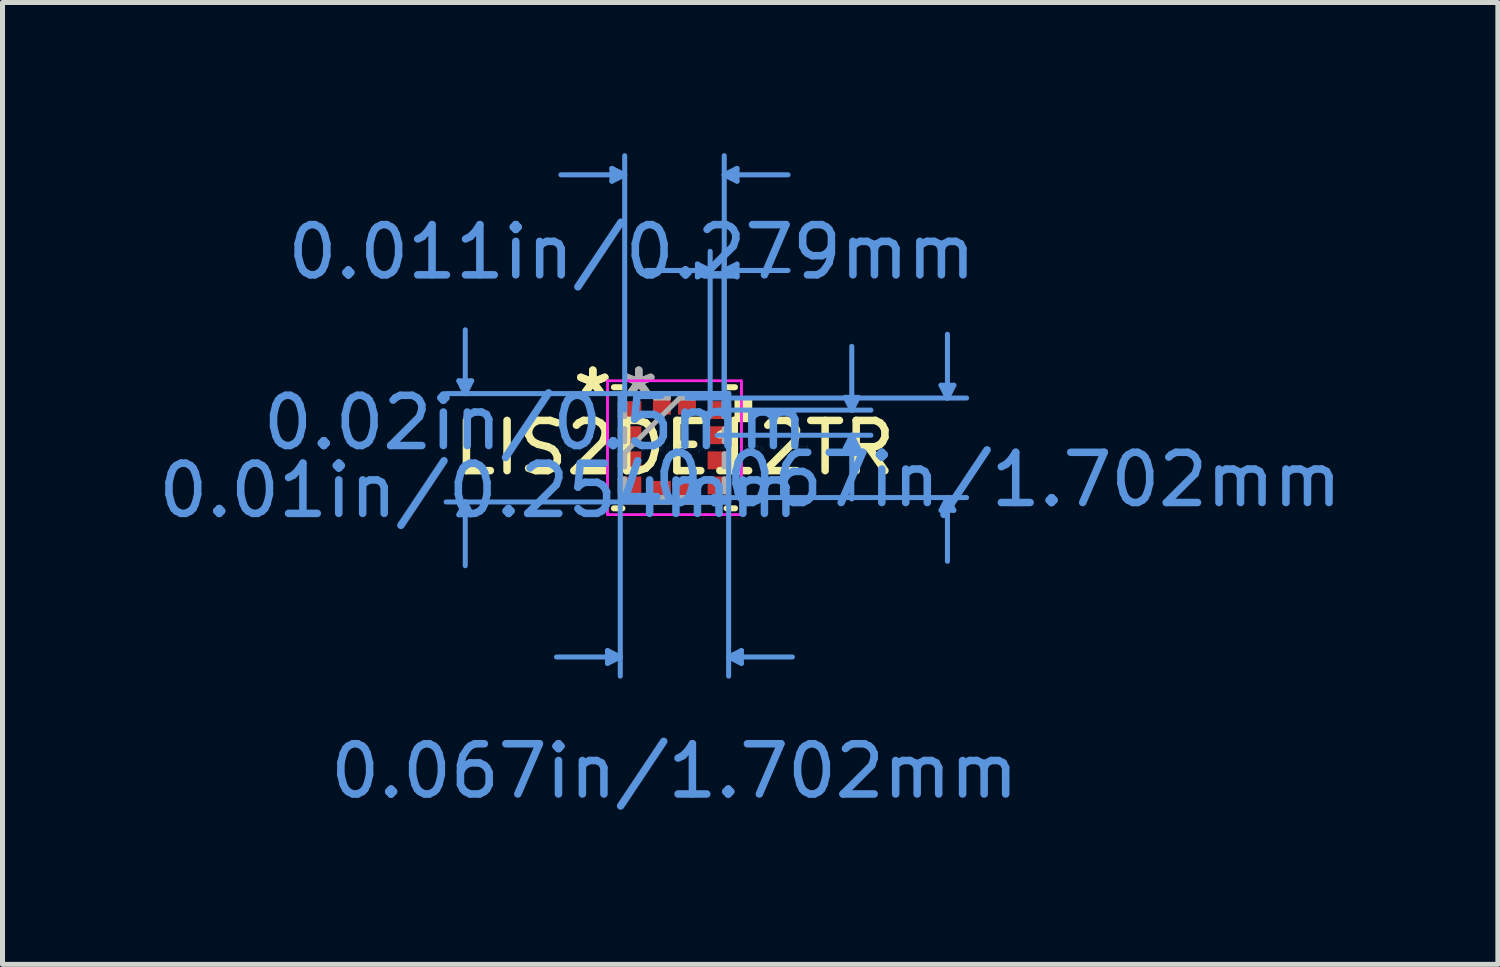
<source format=kicad_pcb>
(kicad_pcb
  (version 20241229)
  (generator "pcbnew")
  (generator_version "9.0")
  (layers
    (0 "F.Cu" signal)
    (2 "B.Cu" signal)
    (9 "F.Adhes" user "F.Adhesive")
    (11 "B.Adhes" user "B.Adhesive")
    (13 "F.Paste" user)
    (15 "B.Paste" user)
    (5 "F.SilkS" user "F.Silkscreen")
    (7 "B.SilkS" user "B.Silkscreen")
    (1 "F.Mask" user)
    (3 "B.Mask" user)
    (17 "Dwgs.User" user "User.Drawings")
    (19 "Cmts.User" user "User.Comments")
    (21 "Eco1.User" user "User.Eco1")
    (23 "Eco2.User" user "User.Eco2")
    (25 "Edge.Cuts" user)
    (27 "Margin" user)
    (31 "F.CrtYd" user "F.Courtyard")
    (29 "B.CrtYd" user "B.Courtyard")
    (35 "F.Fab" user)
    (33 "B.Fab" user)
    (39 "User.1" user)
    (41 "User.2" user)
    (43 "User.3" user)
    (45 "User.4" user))
  (footprint "LIS2DE12TR"
    (layer "F.Cu")
    (at 10.381 5.867)
    (property "Reference" "LIS2DE12TR" (at 0 0 0) (layer "F.SilkS") (effects (font (size 1 1) (thickness 0.15))))
    (attr through_hole)
    (fp_line (start -1.206 1.206) (end -1.037 1.206) (stroke (width 0.12) (type solid)) (layer "F.SilkS"))
    (fp_line (start -1.037 -1.206) (end -1.206 -1.206) (stroke (width 0.12) (type solid)) (layer "F.SilkS"))
    (fp_line (start 1.037 1.206) (end 1.206 1.206) (stroke (width 0.12) (type solid)) (layer "F.SilkS"))
    (fp_line (start 1.206 -1.206) (end 1.037 -1.206) (stroke (width 0.12) (type solid)) (layer "F.SilkS"))
    (fp_poly (pts (xy 1.499 -0.941) (xy 1.499 -0.56) (xy 1.245 -0.56) (xy 1.245 -0.941)) (stroke (width 0.1) (type solid)) (fill yes) (layer "F.SilkS"))
    (fp_line (start -4.293 -1.333) (end -4.039 -1.333) (stroke (width 0.1) (type solid)) (layer "Cmts.User"))
    (fp_line (start -4.293 1.333) (end -4.039 1.333) (stroke (width 0.1) (type solid)) (layer "Cmts.User"))
    (fp_line (start -4.166 -1.079) (end -4.293 -1.333) (stroke (width 0.1) (type solid)) (layer "Cmts.User"))
    (fp_line (start -4.166 -1.079) (end -4.166 -2.349) (stroke (width 0.1) (type solid)) (layer "Cmts.User"))
    (fp_line (start -4.166 -1.079) (end -4.039 -1.333) (stroke (width 0.1) (type solid)) (layer "Cmts.User"))
    (fp_line (start -4.166 1.079) (end -4.293 1.333) (stroke (width 0.1) (type solid)) (layer "Cmts.User"))
    (fp_line (start -4.166 1.079) (end -4.166 2.349) (stroke (width 0.1) (type solid)) (layer "Cmts.User"))
    (fp_line (start -4.166 1.079) (end -4.039 1.333) (stroke (width 0.1) (type solid)) (layer "Cmts.User"))
    (fp_line (start -1.333 4.039) (end -1.333 4.293) (stroke (width 0.1) (type solid)) (layer "Cmts.User"))
    (fp_line (start -1.245 -5.563) (end -1.245 -5.309) (stroke (width 0.1) (type solid)) (layer "Cmts.User"))
    (fp_line (start -1.079 -1.079) (end -1.079 4.547) (stroke (width 0.1) (type solid)) (layer "Cmts.User"))
    (fp_line (start -1.079 4.166) (end -2.349 4.166) (stroke (width 0.1) (type solid)) (layer "Cmts.User"))
    (fp_line (start -1.079 4.166) (end -1.333 4.039) (stroke (width 0.1) (type solid)) (layer "Cmts.User"))
    (fp_line (start -1.079 4.166) (end -1.333 4.293) (stroke (width 0.1) (type solid)) (layer "Cmts.User"))
    (fp_line (start -0.991 -5.436) (end -2.261 -5.436) (stroke (width 0.1) (type solid)) (layer "Cmts.User"))
    (fp_line (start -0.991 -5.436) (end -1.245 -5.563) (stroke (width 0.1) (type solid)) (layer "Cmts.User"))
    (fp_line (start -0.991 -5.436) (end -1.245 -5.309) (stroke (width 0.1) (type solid)) (layer "Cmts.User"))
    (fp_line (start -0.991 -0.75) (end -0.991 -5.817) (stroke (width 0.1) (type solid)) (layer "Cmts.User"))
    (fp_line (start 0.25 -0.991) (end 5.817 -0.991) (stroke (width 0.1) (type solid)) (layer "Cmts.User"))
    (fp_line (start 0.25 0.991) (end 5.817 0.991) (stroke (width 0.1) (type solid)) (layer "Cmts.User"))
    (fp_line (start 0.457 -3.658) (end 0.457 -3.404) (stroke (width 0.1) (type solid)) (layer "Cmts.User"))
    (fp_line (start 0.711 -3.531) (end -0.559 -3.531) (stroke (width 0.1) (type solid)) (layer "Cmts.User"))
    (fp_line (start 0.711 -3.531) (end 0.457 -3.658) (stroke (width 0.1) (type solid)) (layer "Cmts.User"))
    (fp_line (start 0.711 -3.531) (end 0.457 -3.404) (stroke (width 0.1) (type solid)) (layer "Cmts.User"))
    (fp_line (start 0.711 -0.75) (end 0.711 -3.912) (stroke (width 0.1) (type solid)) (layer "Cmts.User"))
    (fp_line (start 0.851 -0.75) (end 3.912 -0.75) (stroke (width 0.1) (type solid)) (layer "Cmts.User"))
    (fp_line (start 0.851 -0.25) (end 3.912 -0.25) (stroke (width 0.1) (type solid)) (layer "Cmts.User"))
    (fp_line (start 0.991 -5.436) (end 1.245 -5.563) (stroke (width 0.1) (type solid)) (layer "Cmts.User"))
    (fp_line (start 0.991 -5.436) (end 1.245 -5.309) (stroke (width 0.1) (type solid)) (layer "Cmts.User"))
    (fp_line (start 0.991 -5.436) (end 2.261 -5.436) (stroke (width 0.1) (type solid)) (layer "Cmts.User"))
    (fp_line (start 0.991 -3.531) (end 1.245 -3.658) (stroke (width 0.1) (type solid)) (layer "Cmts.User"))
    (fp_line (start 0.991 -3.531) (end 1.245 -3.404) (stroke (width 0.1) (type solid)) (layer "Cmts.User"))
    (fp_line (start 0.991 -3.531) (end 2.261 -3.531) (stroke (width 0.1) (type solid)) (layer "Cmts.User"))
    (fp_line (start 0.991 -0.75) (end 0.991 -5.817) (stroke (width 0.1) (type solid)) (layer "Cmts.User"))
    (fp_line (start 0.991 -0.75) (end 0.991 -3.912) (stroke (width 0.1) (type solid)) (layer "Cmts.User"))
    (fp_line (start 1.079 -1.079) (end -4.547 -1.079) (stroke (width 0.1) (type solid)) (layer "Cmts.User"))
    (fp_line (start 1.079 -1.079) (end 1.079 4.547) (stroke (width 0.1) (type solid)) (layer "Cmts.User"))
    (fp_line (start 1.079 1.079) (end -4.547 1.079) (stroke (width 0.1) (type solid)) (layer "Cmts.User"))
    (fp_line (start 1.079 4.166) (end 1.333 4.039) (stroke (width 0.1) (type solid)) (layer "Cmts.User"))
    (fp_line (start 1.079 4.166) (end 1.333 4.293) (stroke (width 0.1) (type solid)) (layer "Cmts.User"))
    (fp_line (start 1.079 4.166) (end 2.349 4.166) (stroke (width 0.1) (type solid)) (layer "Cmts.User"))
    (fp_line (start 1.245 -5.563) (end 1.245 -5.309) (stroke (width 0.1) (type solid)) (layer "Cmts.User"))
    (fp_line (start 1.245 -3.658) (end 1.245 -3.404) (stroke (width 0.1) (type solid)) (layer "Cmts.User"))
    (fp_line (start 1.333 4.039) (end 1.333 4.293) (stroke (width 0.1) (type solid)) (layer "Cmts.User"))
    (fp_line (start 3.404 -1.004) (end 3.658 -1.004) (stroke (width 0.1) (type solid)) (layer "Cmts.User"))
    (fp_line (start 3.404 0.004) (end 3.658 0.004) (stroke (width 0.1) (type solid)) (layer "Cmts.User"))
    (fp_line (start 3.531 -0.75) (end 3.404 -1.004) (stroke (width 0.1) (type solid)) (layer "Cmts.User"))
    (fp_line (start 3.531 -0.75) (end 3.531 -2.02) (stroke (width 0.1) (type solid)) (layer "Cmts.User"))
    (fp_line (start 3.531 -0.75) (end 3.658 -1.004) (stroke (width 0.1) (type solid)) (layer "Cmts.User"))
    (fp_line (start 3.531 -0.25) (end 3.404 0.004) (stroke (width 0.1) (type solid)) (layer "Cmts.User"))
    (fp_line (start 3.531 -0.25) (end 3.531 1.02) (stroke (width 0.1) (type solid)) (layer "Cmts.User"))
    (fp_line (start 3.531 -0.25) (end 3.658 0.004) (stroke (width 0.1) (type solid)) (layer "Cmts.User"))
    (fp_line (start 5.309 -1.245) (end 5.563 -1.245) (stroke (width 0.1) (type solid)) (layer "Cmts.User"))
    (fp_line (start 5.309 1.245) (end 5.563 1.245) (stroke (width 0.1) (type solid)) (layer "Cmts.User"))
    (fp_line (start 5.436 -0.991) (end 5.309 -1.245) (stroke (width 0.1) (type solid)) (layer "Cmts.User"))
    (fp_line (start 5.436 -0.991) (end 5.436 -2.261) (stroke (width 0.1) (type solid)) (layer "Cmts.User"))
    (fp_line (start 5.436 -0.991) (end 5.563 -1.245) (stroke (width 0.1) (type solid)) (layer "Cmts.User"))
    (fp_line (start 5.436 0.991) (end 5.309 1.245) (stroke (width 0.1) (type solid)) (layer "Cmts.User"))
    (fp_line (start 5.436 0.991) (end 5.436 2.261) (stroke (width 0.1) (type solid)) (layer "Cmts.User"))
    (fp_line (start 5.436 0.991) (end 5.563 1.245) (stroke (width 0.1) (type solid)) (layer "Cmts.User"))
    (fp_line (start -1.333 -1.333) (end -0.631 -1.333) (stroke (width 0.05) (type solid)) (layer "F.CrtYd"))
    (fp_line (start -1.333 -1.333) (end -0.631 -1.333) (stroke (width 0.05) (type solid)) (layer "F.CrtYd"))
    (fp_line (start -1.333 -1.131) (end -1.333 -1.333) (stroke (width 0.05) (type solid)) (layer "F.CrtYd"))
    (fp_line (start -1.333 -1.131) (end -1.333 -1.333) (stroke (width 0.05) (type solid)) (layer "F.CrtYd"))
    (fp_line (start -1.333 -1.131) (end -1.333 -1.131) (stroke (width 0.05) (type solid)) (layer "F.CrtYd"))
    (fp_line (start -1.333 -1.131) (end -1.333 -1.131) (stroke (width 0.05) (type solid)) (layer "F.CrtYd"))
    (fp_line (start -1.333 1.131) (end -1.333 -1.131) (stroke (width 0.05) (type solid)) (layer "F.CrtYd"))
    (fp_line (start -1.333 1.131) (end -1.333 -1.131) (stroke (width 0.05) (type solid)) (layer "F.CrtYd"))
    (fp_line (start -1.333 1.131) (end -1.333 1.131) (stroke (width 0.05) (type solid)) (layer "F.CrtYd"))
    (fp_line (start -1.333 1.131) (end -1.333 1.131) (stroke (width 0.05) (type solid)) (layer "F.CrtYd"))
    (fp_line (start -1.333 1.333) (end -1.333 1.131) (stroke (width 0.05) (type solid)) (layer "F.CrtYd"))
    (fp_line (start -1.333 1.333) (end -1.333 1.131) (stroke (width 0.05) (type solid)) (layer "F.CrtYd"))
    (fp_line (start -0.631 -1.333) (end -0.631 -1.333) (stroke (width 0.05) (type solid)) (layer "F.CrtYd"))
    (fp_line (start -0.631 -1.333) (end -0.631 -1.333) (stroke (width 0.05) (type solid)) (layer "F.CrtYd"))
    (fp_line (start -0.631 -1.333) (end 0.631 -1.333) (stroke (width 0.05) (type solid)) (layer "F.CrtYd"))
    (fp_line (start -0.631 -1.333) (end 0.631 -1.333) (stroke (width 0.05) (type solid)) (layer "F.CrtYd"))
    (fp_line (start -0.631 1.333) (end -1.333 1.333) (stroke (width 0.05) (type solid)) (layer "F.CrtYd"))
    (fp_line (start -0.631 1.333) (end -1.333 1.333) (stroke (width 0.05) (type solid)) (layer "F.CrtYd"))
    (fp_line (start -0.631 1.333) (end -0.631 1.333) (stroke (width 0.05) (type solid)) (layer "F.CrtYd"))
    (fp_line (start -0.631 1.333) (end -0.631 1.333) (stroke (width 0.05) (type solid)) (layer "F.CrtYd"))
    (fp_line (start 0.631 -1.333) (end 0.631 -1.333) (stroke (width 0.05) (type solid)) (layer "F.CrtYd"))
    (fp_line (start 0.631 -1.333) (end 0.631 -1.333) (stroke (width 0.05) (type solid)) (layer "F.CrtYd"))
    (fp_line (start 0.631 -1.333) (end 1.333 -1.333) (stroke (width 0.05) (type solid)) (layer "F.CrtYd"))
    (fp_line (start 0.631 -1.333) (end 1.333 -1.333) (stroke (width 0.05) (type solid)) (layer "F.CrtYd"))
    (fp_line (start 0.631 1.333) (end -0.631 1.333) (stroke (width 0.05) (type solid)) (layer "F.CrtYd"))
    (fp_line (start 0.631 1.333) (end -0.631 1.333) (stroke (width 0.05) (type solid)) (layer "F.CrtYd"))
    (fp_line (start 0.631 1.333) (end 0.631 1.333) (stroke (width 0.05) (type solid)) (layer "F.CrtYd"))
    (fp_line (start 0.631 1.333) (end 0.631 1.333) (stroke (width 0.05) (type solid)) (layer "F.CrtYd"))
    (fp_line (start 1.333 -1.333) (end 1.333 -1.131) (stroke (width 0.05) (type solid)) (layer "F.CrtYd"))
    (fp_line (start 1.333 -1.333) (end 1.333 -1.131) (stroke (width 0.05) (type solid)) (layer "F.CrtYd"))
    (fp_line (start 1.333 -1.131) (end 1.333 -1.131) (stroke (width 0.05) (type solid)) (layer "F.CrtYd"))
    (fp_line (start 1.333 -1.131) (end 1.333 -1.131) (stroke (width 0.05) (type solid)) (layer "F.CrtYd"))
    (fp_line (start 1.333 -1.131) (end 1.333 1.131) (stroke (width 0.05) (type solid)) (layer "F.CrtYd"))
    (fp_line (start 1.333 -1.131) (end 1.333 1.131) (stroke (width 0.05) (type solid)) (layer "F.CrtYd"))
    (fp_line (start 1.333 1.131) (end 1.333 1.131) (stroke (width 0.05) (type solid)) (layer "F.CrtYd"))
    (fp_line (start 1.333 1.131) (end 1.333 1.131) (stroke (width 0.05) (type solid)) (layer "F.CrtYd"))
    (fp_line (start 1.333 1.131) (end 1.333 1.333) (stroke (width 0.05) (type solid)) (layer "F.CrtYd"))
    (fp_line (start 1.333 1.131) (end 1.333 1.333) (stroke (width 0.05) (type solid)) (layer "F.CrtYd"))
    (fp_line (start 1.333 1.333) (end 0.631 1.333) (stroke (width 0.05) (type solid)) (layer "F.CrtYd"))
    (fp_line (start 1.333 1.333) (end 0.631 1.333) (stroke (width 0.05) (type solid)) (layer "F.CrtYd"))
    (fp_line (start -1.079 -1.079) (end -1.079 -1.079) (stroke (width 0.1) (type solid)) (layer "F.Fab"))
    (fp_line (start -1.079 -1.079) (end -1.079 1.079) (stroke (width 0.1) (type solid)) (layer "F.Fab"))
    (fp_line (start -1.079 -0.877) (end -0.991 -0.877) (stroke (width 0.1) (type solid)) (layer "F.Fab"))
    (fp_line (start -1.079 -0.623) (end -1.079 -0.877) (stroke (width 0.1) (type solid)) (layer "F.Fab"))
    (fp_line (start -1.079 -0.377) (end -0.991 -0.377) (stroke (width 0.1) (type solid)) (layer "F.Fab"))
    (fp_line (start -1.079 -0.123) (end -1.079 -0.377) (stroke (width 0.1) (type solid)) (layer "F.Fab"))
    (fp_line (start -1.079 0.123) (end -0.991 0.123) (stroke (width 0.1) (type solid)) (layer "F.Fab"))
    (fp_line (start -1.079 0.191) (end 0.191 -1.079) (stroke (width 0.1) (type solid)) (layer "F.Fab"))
    (fp_line (start -1.079 0.377) (end -1.079 0.123) (stroke (width 0.1) (type solid)) (layer "F.Fab"))
    (fp_line (start -1.079 0.623) (end -0.991 0.623) (stroke (width 0.1) (type solid)) (layer "F.Fab"))
    (fp_line (start -1.079 0.877) (end -1.079 0.623) (stroke (width 0.1) (type solid)) (layer "F.Fab"))
    (fp_line (start -1.079 1.079) (end -1.079 1.079) (stroke (width 0.1) (type solid)) (layer "F.Fab"))
    (fp_line (start -1.079 1.079) (end 1.079 1.079) (stroke (width 0.1) (type solid)) (layer "F.Fab"))
    (fp_line (start -0.991 -0.877) (end -0.991 -0.623) (stroke (width 0.1) (type solid)) (layer "F.Fab"))
    (fp_line (start -0.991 -0.623) (end -1.079 -0.623) (stroke (width 0.1) (type solid)) (layer "F.Fab"))
    (fp_line (start -0.991 -0.377) (end -0.991 -0.123) (stroke (width 0.1) (type solid)) (layer "F.Fab"))
    (fp_line (start -0.991 -0.123) (end -1.079 -0.123) (stroke (width 0.1) (type solid)) (layer "F.Fab"))
    (fp_line (start -0.991 0.123) (end -0.991 0.377) (stroke (width 0.1) (type solid)) (layer "F.Fab"))
    (fp_line (start -0.991 0.377) (end -1.079 0.377) (stroke (width 0.1) (type solid)) (layer "F.Fab"))
    (fp_line (start -0.991 0.623) (end -0.991 0.877) (stroke (width 0.1) (type solid)) (layer "F.Fab"))
    (fp_line (start -0.991 0.877) (end -1.079 0.877) (stroke (width 0.1) (type solid)) (layer "F.Fab"))
    (fp_line (start -0.377 -1.079) (end -0.123 -1.079) (stroke (width 0.1) (type solid)) (layer "F.Fab"))
    (fp_line (start -0.377 -0.991) (end -0.377 -1.079) (stroke (width 0.1) (type solid)) (layer "F.Fab"))
    (fp_line (start -0.377 0.991) (end -0.123 0.991) (stroke (width 0.1) (type solid)) (layer "F.Fab"))
    (fp_line (start -0.377 1.079) (end -0.377 0.991) (stroke (width 0.1) (type solid)) (layer "F.Fab"))
    (fp_line (start -0.123 -1.079) (end -0.123 -0.991) (stroke (width 0.1) (type solid)) (layer "F.Fab"))
    (fp_line (start -0.123 -0.991) (end -0.377 -0.991) (stroke (width 0.1) (type solid)) (layer "F.Fab"))
    (fp_line (start -0.123 0.991) (end -0.123 1.079) (stroke (width 0.1) (type solid)) (layer "F.Fab"))
    (fp_line (start -0.123 1.079) (end -0.377 1.079) (stroke (width 0.1) (type solid)) (layer "F.Fab"))
    (fp_line (start 0.123 -1.079) (end 0.377 -1.079) (stroke (width 0.1) (type solid)) (layer "F.Fab"))
    (fp_line (start 0.123 -0.991) (end 0.123 -1.079) (stroke (width 0.1) (type solid)) (layer "F.Fab"))
    (fp_line (start 0.123 0.991) (end 0.377 0.991) (stroke (width 0.1) (type solid)) (layer "F.Fab"))
    (fp_line (start 0.123 1.079) (end 0.123 0.991) (stroke (width 0.1) (type solid)) (layer "F.Fab"))
    (fp_line (start 0.377 -1.079) (end 0.377 -0.991) (stroke (width 0.1) (type solid)) (layer "F.Fab"))
    (fp_line (start 0.377 -0.991) (end 0.123 -0.991) (stroke (width 0.1) (type solid)) (layer "F.Fab"))
    (fp_line (start 0.377 0.991) (end 0.377 1.079) (stroke (width 0.1) (type solid)) (layer "F.Fab"))
    (fp_line (start 0.377 1.079) (end 0.123 1.079) (stroke (width 0.1) (type solid)) (layer "F.Fab"))
    (fp_line (start 0.991 -0.877) (end 1.079 -0.877) (stroke (width 0.1) (type solid)) (layer "F.Fab"))
    (fp_line (start 0.991 -0.623) (end 0.991 -0.877) (stroke (width 0.1) (type solid)) (layer "F.Fab"))
    (fp_line (start 0.991 -0.377) (end 1.079 -0.377) (stroke (width 0.1) (type solid)) (layer "F.Fab"))
    (fp_line (start 0.991 -0.123) (end 0.991 -0.377) (stroke (width 0.1) (type solid)) (layer "F.Fab"))
    (fp_line (start 0.991 0.123) (end 1.079 0.123) (stroke (width 0.1) (type solid)) (layer "F.Fab"))
    (fp_line (start 0.991 0.377) (end 0.991 0.123) (stroke (width 0.1) (type solid)) (layer "F.Fab"))
    (fp_line (start 0.991 0.623) (end 1.079 0.623) (stroke (width 0.1) (type solid)) (layer "F.Fab"))
    (fp_line (start 0.991 0.877) (end 0.991 0.623) (stroke (width 0.1) (type solid)) (layer "F.Fab"))
    (fp_line (start 1.079 -1.079) (end -1.079 -1.079) (stroke (width 0.1) (type solid)) (layer "F.Fab"))
    (fp_line (start 1.079 -1.079) (end 1.079 -1.079) (stroke (width 0.1) (type solid)) (layer "F.Fab"))
    (fp_line (start 1.079 -0.877) (end 1.079 -0.623) (stroke (width 0.1) (type solid)) (layer "F.Fab"))
    (fp_line (start 1.079 -0.623) (end 0.991 -0.623) (stroke (width 0.1) (type solid)) (layer "F.Fab"))
    (fp_line (start 1.079 -0.377) (end 1.079 -0.123) (stroke (width 0.1) (type solid)) (layer "F.Fab"))
    (fp_line (start 1.079 -0.123) (end 0.991 -0.123) (stroke (width 0.1) (type solid)) (layer "F.Fab"))
    (fp_line (start 1.079 0.123) (end 1.079 0.377) (stroke (width 0.1) (type solid)) (layer "F.Fab"))
    (fp_line (start 1.079 0.377) (end 0.991 0.377) (stroke (width 0.1) (type solid)) (layer "F.Fab"))
    (fp_line (start 1.079 0.623) (end 1.079 0.877) (stroke (width 0.1) (type solid)) (layer "F.Fab"))
    (fp_line (start 1.079 0.877) (end 0.991 0.877) (stroke (width 0.1) (type solid)) (layer "F.Fab"))
    (fp_line (start 1.079 1.079) (end 1.079 -1.079) (stroke (width 0.1) (type solid)) (layer "F.Fab"))
    (fp_line (start 1.079 1.079) (end 1.079 1.079) (stroke (width 0.1) (type solid)) (layer "F.Fab"))
    (fp_text user "*" (at -1.626 -1 0) (layer "F.SilkS") (effects (font (size 1 1) (thickness 0.15))))
    (fp_text user "*" (at -1.626 -1 0) (layer "F.SilkS") (effects (font (size 1 1) (thickness 0.15))))
    (fp_text user "0.011in/0.279mm" (at -0.851 -3.899 0) (layer "Cmts.User") (effects (font (size 1 1) (thickness 0.15))))
    (fp_text user "0.02in/0.5mm" (at -2.769 -0.5 0) (layer "Cmts.User") (effects (font (size 1 1) (thickness 0.15))))
    (fp_text user "0.067in/1.702mm" (at 0 6.439 0) (layer "Cmts.User") (effects (font (size 1 1) (thickness 0.15))))
    (fp_text user "Copyright 2021 Accelerated Designs. All rights reserved." (at 0 0 0) (layer "Cmts.User") (effects (font (size 0.127 0.127) (thickness 0.002))))
    (fp_text user "0.067in/1.702mm" (at 6.439 0.635 0) (layer "Cmts.User") (effects (font (size 1 1) (thickness 0.15))))
    (fp_text user "0.01in/0.254mm" (at -3.899 0.851 0) (layer "Cmts.User") (effects (font (size 1 1) (thickness 0.15))))
    (fp_text user "*" (at -0.711 -1 0) (layer "F.Fab") (effects (font (size 1 1) (thickness 0.15))))
    (fp_text user "*" (at -0.711 -1 0) (layer "F.Fab") (effects (font (size 1 1) (thickness 0.15))))
    (pad "1" smd rect (at -0.851 -0.75 90) (size 0.356 0.381) (layers "F.Cu" "F.Mask" "F.Paste"))
    (pad "2" smd rect (at -0.851 -0.25 90) (size 0.356 0.381) (layers "F.Cu" "F.Mask" "F.Paste"))
    (pad "3" smd rect (at -0.851 0.25 90) (size 0.356 0.381) (layers "F.Cu" "F.Mask" "F.Paste"))
    (pad "4" smd rect (at -0.851 0.75 90) (size 0.356 0.381) (layers "F.Cu" "F.Mask" "F.Paste"))
    (pad "5" smd rect (at -0.25 0.851) (size 0.356 0.381) (layers "F.Cu" "F.Mask" "F.Paste"))
    (pad "6" smd rect (at 0.25 0.851) (size 0.356 0.381) (layers "F.Cu" "F.Mask" "F.Paste"))
    (pad "7" smd rect (at 0.851 0.75 90) (size 0.356 0.381) (layers "F.Cu" "F.Mask" "F.Paste"))
    (pad "8" smd rect (at 0.851 0.25 90) (size 0.356 0.381) (layers "F.Cu" "F.Mask" "F.Paste"))
    (pad "9" smd rect (at 0.851 -0.25 90) (size 0.356 0.381) (layers "F.Cu" "F.Mask" "F.Paste"))
    (pad "10" smd rect (at 0.851 -0.75 90) (size 0.356 0.381) (layers "F.Cu" "F.Mask" "F.Paste"))
    (pad "11" smd rect (at 0.25 -0.851) (size 0.356 0.381) (layers "F.Cu" "F.Mask" "F.Paste"))
    (pad "12" smd rect (at -0.25 -0.851) (size 0.356 0.381) (layers "F.Cu" "F.Mask" "F.Paste")))
  (gr_rect
    (start -3 -3)
    (end 26.778 16.154)
    (stroke (width 0.1) (type default))
    (fill no)
    (layer "Edge.Cuts")))
</source>
